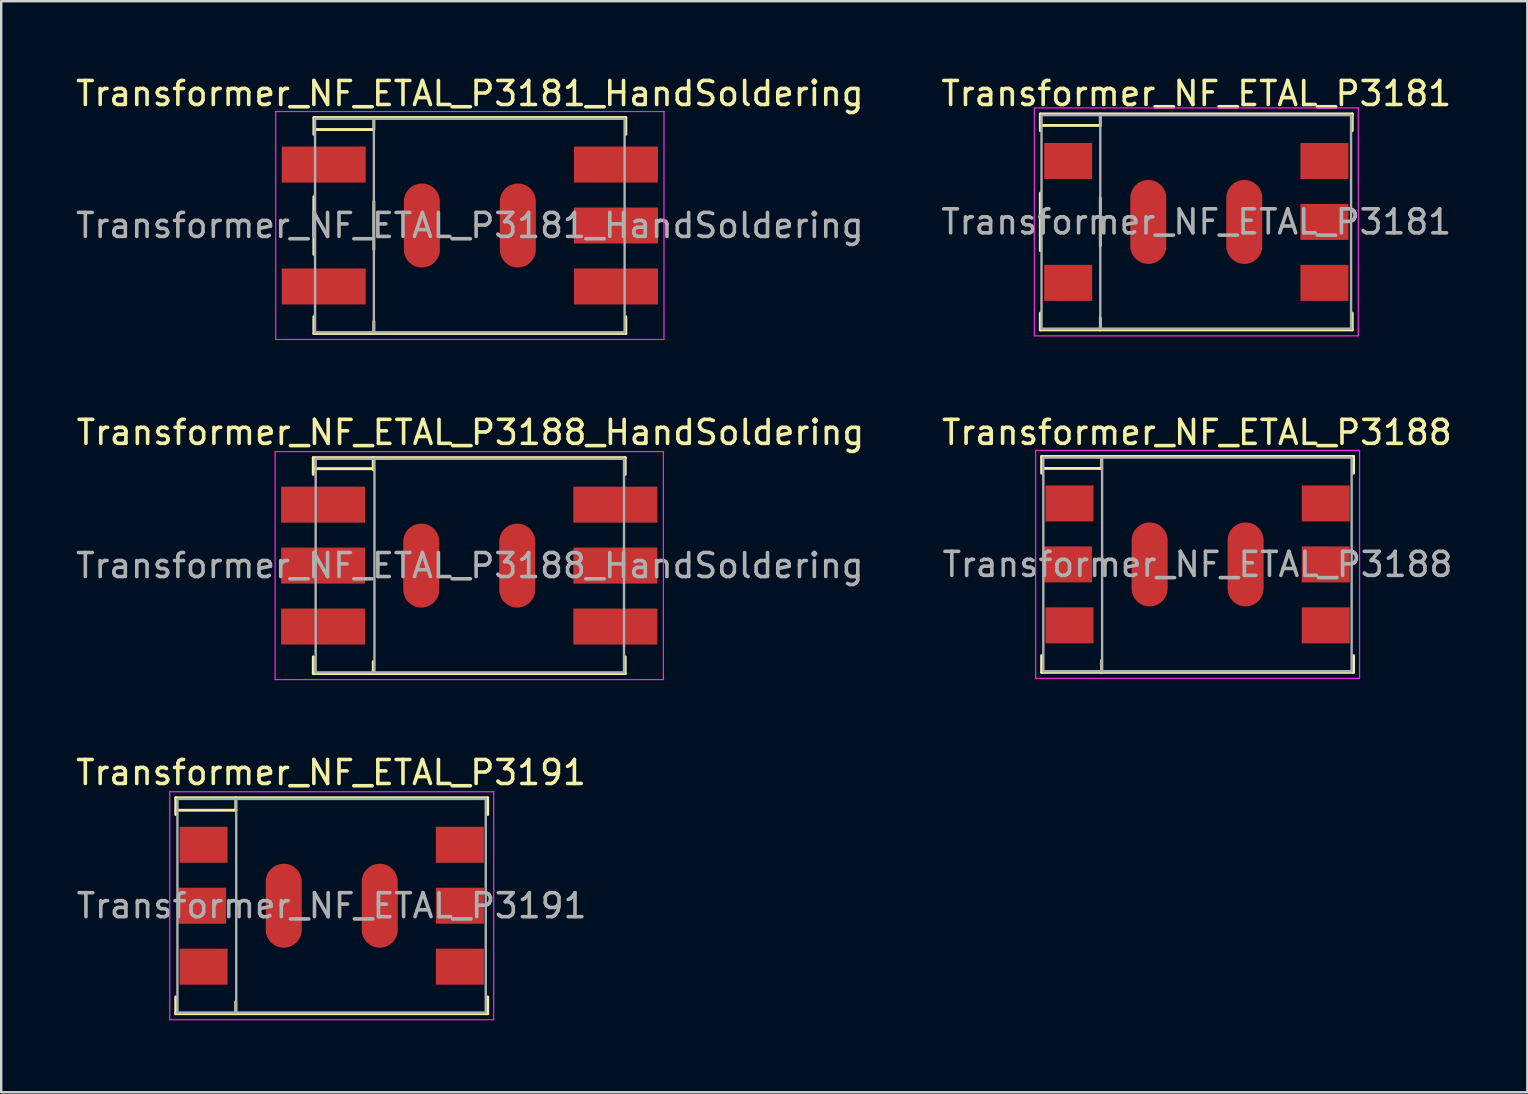
<source format=kicad_pcb>
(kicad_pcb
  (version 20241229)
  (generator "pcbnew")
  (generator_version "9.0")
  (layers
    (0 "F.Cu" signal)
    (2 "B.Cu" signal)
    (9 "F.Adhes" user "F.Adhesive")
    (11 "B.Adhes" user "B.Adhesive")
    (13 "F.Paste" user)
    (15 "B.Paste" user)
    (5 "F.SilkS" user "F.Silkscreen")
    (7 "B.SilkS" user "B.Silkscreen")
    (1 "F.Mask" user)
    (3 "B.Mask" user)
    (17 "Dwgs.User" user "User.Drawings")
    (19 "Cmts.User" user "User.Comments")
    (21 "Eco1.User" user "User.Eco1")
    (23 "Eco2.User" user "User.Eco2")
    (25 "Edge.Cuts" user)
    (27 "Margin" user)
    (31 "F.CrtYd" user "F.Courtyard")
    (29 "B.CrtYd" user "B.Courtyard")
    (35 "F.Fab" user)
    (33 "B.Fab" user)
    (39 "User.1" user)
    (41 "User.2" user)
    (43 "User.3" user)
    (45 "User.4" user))
  (footprint "Transformer_NF_ETAL_P3188_HandSoldering"
    (layer "F.Cu")
    (at 16.505 20.521)
    (property "Reference" "Transformer_NF_ETAL_P3188_HandSoldering" (at 0.05 -5.55 0) (layer "F.SilkS") (effects (font (size 1 1) (thickness 0.15))))
    (attr smd)
    (fp_line (start -6.5 -4.5) (end -6.5 -3.8) (stroke (width 0.12) (type solid)) (layer "F.SilkS"))
    (fp_line (start -6.5 3.8) (end -6.5 4.5) (stroke (width 0.12) (type solid)) (layer "F.SilkS"))
    (fp_line (start -6.5 4.5) (end 6.5 4.5) (stroke (width 0.12) (type solid)) (layer "F.SilkS"))
    (fp_line (start -4 -4.5) (end -4 -4) (stroke (width 0.12) (type solid)) (layer "F.SilkS"))
    (fp_line (start -4 -4.04) (end -6.44 -4.04) (stroke (width 0.12) (type solid)) (layer "F.SilkS"))
    (fp_line (start -4 4.5) (end -4 4) (stroke (width 0.12) (type solid)) (layer "F.SilkS"))
    (fp_line (start 6.5 -4.5) (end -6.5 -4.5) (stroke (width 0.12) (type solid)) (layer "F.SilkS"))
    (fp_line (start 6.5 -4.5) (end 6.5 -3.8) (stroke (width 0.12) (type solid)) (layer "F.SilkS"))
    (fp_line (start 6.5 3.8) (end 6.5 4.5) (stroke (width 0.12) (type solid)) (layer "F.SilkS"))
    (fp_line (start -8.09 -4.75) (end -8.09 4.75) (stroke (width 0.05) (type solid)) (layer "F.CrtYd"))
    (fp_line (start -8.09 -4.75) (end 8.09 -4.75) (stroke (width 0.05) (type solid)) (layer "F.CrtYd"))
    (fp_line (start 8.09 4.75) (end -8.09 4.75) (stroke (width 0.05) (type solid)) (layer "F.CrtYd"))
    (fp_line (start 8.09 4.75) (end 8.09 -4.75) (stroke (width 0.05) (type solid)) (layer "F.CrtYd"))
    (fp_line (start -6.4 -4.45) (end 6.45 -4.45) (stroke (width 0.1) (type solid)) (layer "F.Fab"))
    (fp_line (start -6.4 4.45) (end -6.4 -4.45) (stroke (width 0.1) (type solid)) (layer "F.Fab"))
    (fp_line (start -3.95 -4.45) (end -3.95 4.45) (stroke (width 0.1) (type solid)) (layer "F.Fab"))
    (fp_line (start 6.45 -4.45) (end 6.45 4.45) (stroke (width 0.1) (type solid)) (layer "F.Fab"))
    (fp_line (start 6.45 4.45) (end -6.4 4.45) (stroke (width 0.1) (type solid)) (layer "F.Fab"))
    (fp_text user "${REFERENCE}" (at 0.025 0 0) (layer "F.Fab") (effects (font (size 1 1) (thickness 0.15))))
    (pad "1" smd rect (at -6.09 -2.54) (size 3.5 1.5) (layers "F.Cu" "F.Mask" "F.Paste"))
    (pad "2" smd rect (at -6.09 0) (size 3.5 1.5) (layers "F.Cu" "F.Mask" "F.Paste"))
    (pad "2" smd rect (at -6.09 2.54) (size 3.5 1.5) (layers "F.Cu" "F.Mask" "F.Paste"))
    (pad "3" smd rect (at 6.09 2.54) (size 3.5 1.5) (layers "F.Cu" "F.Mask" "F.Paste"))
    (pad "4" smd rect (at 6.09 0) (size 3.5 1.5) (layers "F.Cu" "F.Mask" "F.Paste"))
    (pad "5" smd rect (at 6.09 -2.54) (size 3.5 1.5) (layers "F.Cu" "F.Mask" "F.Paste"))
    (pad "7" smd oval (at -2 0 90) (size 3.5 1.5) (layers "F.Cu" "F.Mask" "F.Paste"))
    (pad "7" smd oval (at 2 0 90) (size 3.5 1.5) (layers "F.Cu" "F.Mask" "F.Paste")))
  (footprint "Transformer_NF_ETAL_P3181_HandSoldering"
    (layer "F.Cu")
    (at 16.53 6.348)
    (property "Reference" "Transformer_NF_ETAL_P3181_HandSoldering" (at 0 -5.5 0) (layer "F.SilkS") (effects (font (size 1 1) (thickness 0.15))))
    (attr smd)
    (fp_line (start -6.5 -4.5) (end -6.5 -3.8) (stroke (width 0.12) (type solid)) (layer "F.SilkS"))
    (fp_line (start -6.5 -1.2) (end -6.5 1.2) (stroke (width 0.12) (type solid)) (layer "F.SilkS"))
    (fp_line (start -6.5 3.8) (end -6.5 4.5) (stroke (width 0.12) (type solid)) (layer "F.SilkS"))
    (fp_line (start -6.5 4.5) (end 6.5 4.5) (stroke (width 0.12) (type solid)) (layer "F.SilkS"))
    (fp_line (start -4.02 -4) (end -6.42 -4) (stroke (width 0.12) (type solid)) (layer "F.SilkS"))
    (fp_line (start -4 -4.5) (end -4 -4) (stroke (width 0.12) (type solid)) (layer "F.SilkS"))
    (fp_line (start -4 -1) (end -4 1) (stroke (width 0.12) (type solid)) (layer "F.SilkS"))
    (fp_line (start -4 4.5) (end -4 4) (stroke (width 0.12) (type solid)) (layer "F.SilkS"))
    (fp_line (start 6.5 -4.5) (end -6.5 -4.5) (stroke (width 0.12) (type solid)) (layer "F.SilkS"))
    (fp_line (start 6.5 -4.5) (end 6.5 -3.8) (stroke (width 0.12) (type solid)) (layer "F.SilkS"))
    (fp_line (start 6.5 3.8) (end 6.5 4.5) (stroke (width 0.12) (type solid)) (layer "F.SilkS"))
    (fp_line (start -8.09 -4.75) (end -8.09 4.75) (stroke (width 0.05) (type solid)) (layer "F.CrtYd"))
    (fp_line (start -8.09 -4.75) (end 8.09 -4.75) (stroke (width 0.05) (type solid)) (layer "F.CrtYd"))
    (fp_line (start 8.09 4.75) (end -8.09 4.75) (stroke (width 0.05) (type solid)) (layer "F.CrtYd"))
    (fp_line (start 8.09 4.75) (end 8.09 -4.75) (stroke (width 0.05) (type solid)) (layer "F.CrtYd"))
    (fp_line (start -6.45 -4.45) (end -6.45 4.45) (stroke (width 0.1) (type solid)) (layer "F.Fab"))
    (fp_line (start -6.45 4.45) (end 6.45 4.45) (stroke (width 0.1) (type solid)) (layer "F.Fab"))
    (fp_line (start -4 -4.45) (end -4 4.45) (stroke (width 0.1) (type solid)) (layer "F.Fab"))
    (fp_line (start 6.45 -4.45) (end -6.45 -4.45) (stroke (width 0.1) (type solid)) (layer "F.Fab"))
    (fp_line (start 6.45 4.45) (end 6.45 -4.45) (stroke (width 0.1) (type solid)) (layer "F.Fab"))
    (fp_text user "${REFERENCE}" (at 0 0 0) (layer "F.Fab") (effects (font (size 1 1) (thickness 0.15))))
    (pad "1" smd rect (at -6.09 -2.54) (size 3.5 1.5) (layers "F.Cu" "F.Mask" "F.Paste"))
    (pad "2" smd rect (at -6.09 2.54) (size 3.5 1.5) (layers "F.Cu" "F.Mask" "F.Paste"))
    (pad "3" smd rect (at 6.09 2.54) (size 3.5 1.5) (layers "F.Cu" "F.Mask" "F.Paste"))
    (pad "4" smd rect (at 6.09 0) (size 3.5 1.5) (layers "F.Cu" "F.Mask" "F.Paste"))
    (pad "5" smd rect (at 6.09 -2.54) (size 3.5 1.5) (layers "F.Cu" "F.Mask" "F.Paste"))
    (pad "7" smd oval (at -2 0 90) (size 3.5 1.5) (layers "F.Cu" "F.Mask" "F.Paste"))
    (pad "7" smd oval (at 2 0 90) (size 3.5 1.5) (layers "F.Cu" "F.Mask" "F.Paste")))
  (footprint "Transformer_NF_ETAL_P3188"
    (layer "F.Cu")
    (at 46.829 20.471)
    (property "Reference" "Transformer_NF_ETAL_P3188" (at 0 -5.5 0) (layer "F.SilkS") (effects (font (size 1 1) (thickness 0.15))))
    (attr smd)
    (fp_line (start -6.47 -4.5) (end -6.47 -3.8) (stroke (width 0.12) (type solid)) (layer "F.SilkS"))
    (fp_line (start -6.47 3.8) (end -6.47 4.5) (stroke (width 0.12) (type solid)) (layer "F.SilkS"))
    (fp_line (start -6.47 4.5) (end 6.53 4.5) (stroke (width 0.12) (type solid)) (layer "F.SilkS"))
    (fp_line (start -3.97 -4.5) (end -3.97 -4) (stroke (width 0.12) (type solid)) (layer "F.SilkS"))
    (fp_line (start -3.97 4.5) (end -3.97 4) (stroke (width 0.12) (type solid)) (layer "F.SilkS"))
    (fp_line (start -3.96 -4) (end -6.39 -4) (stroke (width 0.12) (type solid)) (layer "F.SilkS"))
    (fp_line (start 6.53 -4.5) (end -6.47 -4.5) (stroke (width 0.12) (type solid)) (layer "F.SilkS"))
    (fp_line (start 6.53 -4.5) (end 6.53 -3.8) (stroke (width 0.12) (type solid)) (layer "F.SilkS"))
    (fp_line (start 6.53 3.8) (end 6.53 4.5) (stroke (width 0.12) (type solid)) (layer "F.SilkS"))
    (fp_line (start -6.72 -4.75) (end -6.72 4.75) (stroke (width 0.05) (type solid)) (layer "F.CrtYd"))
    (fp_line (start -6.72 -4.75) (end 6.78 -4.75) (stroke (width 0.05) (type solid)) (layer "F.CrtYd"))
    (fp_line (start 6.78 4.75) (end -6.72 4.75) (stroke (width 0.05) (type solid)) (layer "F.CrtYd"))
    (fp_line (start 6.78 4.75) (end 6.78 -4.75) (stroke (width 0.05) (type solid)) (layer "F.CrtYd"))
    (fp_line (start -6.4 -4.45) (end 6.45 -4.45) (stroke (width 0.1) (type solid)) (layer "F.Fab"))
    (fp_line (start -6.4 4.45) (end -6.4 -4.45) (stroke (width 0.1) (type solid)) (layer "F.Fab"))
    (fp_line (start -3.95 -4.45) (end -3.95 4.45) (stroke (width 0.1) (type solid)) (layer "F.Fab"))
    (fp_line (start 6.45 -4.45) (end 6.45 4.45) (stroke (width 0.1) (type solid)) (layer "F.Fab"))
    (fp_line (start 6.45 4.45) (end -6.4 4.45) (stroke (width 0.1) (type solid)) (layer "F.Fab"))
    (fp_text user "${REFERENCE}" (at 0.025 0 0) (layer "F.Fab") (effects (font (size 1 1) (thickness 0.15))))
    (pad "1" smd rect (at -5.31 -2.54) (size 2 1.5) (layers "F.Cu" "F.Mask" "F.Paste"))
    (pad "2" smd rect (at -5.37 0) (size 2 1.5) (layers "F.Cu" "F.Mask" "F.Paste"))
    (pad "2" smd rect (at -5.31 2.54) (size 2 1.5) (layers "F.Cu" "F.Mask" "F.Paste"))
    (pad "3" smd rect (at 5.37 2.54) (size 2 1.5) (layers "F.Cu" "F.Mask" "F.Paste"))
    (pad "4" smd rect (at 5.37 0) (size 2 1.5) (layers "F.Cu" "F.Mask" "F.Paste"))
    (pad "5" smd rect (at 5.37 -2.54) (size 2 1.5) (layers "F.Cu" "F.Mask" "F.Paste"))
    (pad "7" smd oval (at -1.97 0 90) (size 3.5 1.5) (layers "F.Cu" "F.Mask" "F.Paste"))
    (pad "7" smd oval (at 2.03 0 90) (size 3.5 1.5) (layers "F.Cu" "F.Mask" "F.Paste")))
  (footprint "Transformer_NF_ETAL_P3181"
    (layer "F.Cu")
    (at 46.804 6.198)
    (property "Reference" "Transformer_NF_ETAL_P3181" (at 0 -5.35 0) (layer "F.SilkS") (effects (font (size 1 1) (thickness 0.15))))
    (attr smd)
    (fp_line (start -6.5 -4.5) (end -6.5 -3.8) (stroke (width 0.12) (type solid)) (layer "F.SilkS"))
    (fp_line (start -6.5 -1.2) (end -6.5 1.2) (stroke (width 0.12) (type solid)) (layer "F.SilkS"))
    (fp_line (start -6.5 3.8) (end -6.5 4.5) (stroke (width 0.12) (type solid)) (layer "F.SilkS"))
    (fp_line (start -6.5 4.5) (end 6.5 4.5) (stroke (width 0.12) (type solid)) (layer "F.SilkS"))
    (fp_line (start -4.02 -4.02) (end -6.46 -4.02) (stroke (width 0.12) (type solid)) (layer "F.SilkS"))
    (fp_line (start -4 -4.5) (end -4 -4) (stroke (width 0.12) (type solid)) (layer "F.SilkS"))
    (fp_line (start -4 -1) (end -4 1) (stroke (width 0.12) (type solid)) (layer "F.SilkS"))
    (fp_line (start -4 4.5) (end -4 4) (stroke (width 0.12) (type solid)) (layer "F.SilkS"))
    (fp_line (start 6.5 -4.5) (end -6.5 -4.5) (stroke (width 0.12) (type solid)) (layer "F.SilkS"))
    (fp_line (start 6.5 -4.5) (end 6.5 -3.8) (stroke (width 0.12) (type solid)) (layer "F.SilkS"))
    (fp_line (start 6.5 3.8) (end 6.5 4.5) (stroke (width 0.12) (type solid)) (layer "F.SilkS"))
    (fp_line (start -6.75 -4.75) (end -6.75 4.75) (stroke (width 0.05) (type solid)) (layer "F.CrtYd"))
    (fp_line (start -6.75 -4.75) (end 6.75 -4.75) (stroke (width 0.05) (type solid)) (layer "F.CrtYd"))
    (fp_line (start 6.75 4.75) (end -6.75 4.75) (stroke (width 0.05) (type solid)) (layer "F.CrtYd"))
    (fp_line (start 6.75 4.75) (end 6.75 -4.75) (stroke (width 0.05) (type solid)) (layer "F.CrtYd"))
    (fp_line (start -6.45 -4.45) (end -6.45 4.45) (stroke (width 0.1) (type solid)) (layer "F.Fab"))
    (fp_line (start -6.45 4.45) (end 6.45 4.45) (stroke (width 0.1) (type solid)) (layer "F.Fab"))
    (fp_line (start -4 -4.45) (end -4 4.45) (stroke (width 0.1) (type solid)) (layer "F.Fab"))
    (fp_line (start 6.45 -4.45) (end -6.45 -4.45) (stroke (width 0.1) (type solid)) (layer "F.Fab"))
    (fp_line (start 6.45 4.45) (end 6.45 -4.45) (stroke (width 0.1) (type solid)) (layer "F.Fab"))
    (fp_text user "${REFERENCE}" (at 0 0 0) (layer "F.Fab") (effects (font (size 1 1) (thickness 0.15))))
    (pad "1" smd rect (at -5.34 -2.54) (size 2 1.5) (layers "F.Cu" "F.Mask" "F.Paste"))
    (pad "2" smd rect (at -5.34 2.54) (size 2 1.5) (layers "F.Cu" "F.Mask" "F.Paste"))
    (pad "3" smd rect (at 5.34 2.54) (size 2 1.5) (layers "F.Cu" "F.Mask" "F.Paste"))
    (pad "4" smd rect (at 5.34 0) (size 2 1.5) (layers "F.Cu" "F.Mask" "F.Paste"))
    (pad "5" smd rect (at 5.34 -2.54) (size 2 1.5) (layers "F.Cu" "F.Mask" "F.Paste"))
    (pad "7" smd oval (at -2 0 90) (size 3.5 1.5) (layers "F.Cu" "F.Mask" "F.Paste"))
    (pad "7" smd oval (at 2 0 90) (size 3.5 1.5) (layers "F.Cu" "F.Mask" "F.Paste")))
  (footprint "Transformer_NF_ETAL_P3191"
    (layer "F.Cu")
    (at 10.744 34.695)
    (property "Reference" "Transformer_NF_ETAL_P3191" (at 0 -5.55 0) (layer "F.SilkS") (effects (font (size 1 1) (thickness 0.15))))
    (attr smd)
    (fp_line (start -6.47 -4.5) (end -6.47 -3.8) (stroke (width 0.12) (type solid)) (layer "F.SilkS"))
    (fp_line (start -6.47 3.8) (end -6.47 4.5) (stroke (width 0.12) (type solid)) (layer "F.SilkS"))
    (fp_line (start -6.47 4.5) (end 6.53 4.5) (stroke (width 0.12) (type solid)) (layer "F.SilkS"))
    (fp_line (start -3.97 -4.5) (end -3.97 -4) (stroke (width 0.12) (type solid)) (layer "F.SilkS"))
    (fp_line (start -3.97 4.5) (end -3.97 4) (stroke (width 0.12) (type solid)) (layer "F.SilkS"))
    (fp_line (start -3.96 -3.98) (end -6.39 -3.98) (stroke (width 0.12) (type solid)) (layer "F.SilkS"))
    (fp_line (start 6.53 -4.5) (end -6.47 -4.5) (stroke (width 0.12) (type solid)) (layer "F.SilkS"))
    (fp_line (start 6.53 -4.5) (end 6.53 -3.8) (stroke (width 0.12) (type solid)) (layer "F.SilkS"))
    (fp_line (start 6.53 3.8) (end 6.53 4.5) (stroke (width 0.12) (type solid)) (layer "F.SilkS"))
    (fp_line (start -6.72 -4.75) (end -6.72 4.75) (stroke (width 0.05) (type solid)) (layer "F.CrtYd"))
    (fp_line (start -6.72 -4.75) (end 6.78 -4.75) (stroke (width 0.05) (type solid)) (layer "F.CrtYd"))
    (fp_line (start 6.78 4.75) (end -6.72 4.75) (stroke (width 0.05) (type solid)) (layer "F.CrtYd"))
    (fp_line (start 6.78 4.75) (end 6.78 -4.75) (stroke (width 0.05) (type solid)) (layer "F.CrtYd"))
    (fp_line (start -6.4 -4.45) (end -6.4 4.45) (stroke (width 0.1) (type solid)) (layer "F.Fab"))
    (fp_line (start -6.4 4.45) (end 6.45 4.45) (stroke (width 0.1) (type solid)) (layer "F.Fab"))
    (fp_line (start -3.95 -4.45) (end -3.95 4.45) (stroke (width 0.1) (type solid)) (layer "F.Fab"))
    (fp_line (start 6.45 -4.45) (end -6.4 -4.45) (stroke (width 0.1) (type solid)) (layer "F.Fab"))
    (fp_line (start 6.45 4.45) (end 6.45 -4.45) (stroke (width 0.1) (type solid)) (layer "F.Fab"))
    (fp_text user "${REFERENCE}" (at 0.025 0 0) (layer "F.Fab") (effects (font (size 1 1) (thickness 0.15))))
    (pad "1" smd rect (at -5.31 -2.54) (size 2 1.5) (layers "F.Cu" "F.Mask" "F.Paste"))
    (pad "2" smd rect (at -5.37 0) (size 2 1.5) (layers "F.Cu" "F.Mask" "F.Paste"))
    (pad "2" smd rect (at -5.31 2.54) (size 2 1.5) (layers "F.Cu" "F.Mask" "F.Paste"))
    (pad "3" smd rect (at 5.37 2.54) (size 2 1.5) (layers "F.Cu" "F.Mask" "F.Paste"))
    (pad "4" smd rect (at 5.37 0) (size 2 1.5) (layers "F.Cu" "F.Mask" "F.Paste"))
    (pad "5" smd rect (at 5.37 -2.54) (size 2 1.5) (layers "F.Cu" "F.Mask" "F.Paste"))
    (pad "7" smd oval (at -1.97 0 90) (size 3.5 1.5) (layers "F.Cu" "F.Mask" "F.Paste"))
    (pad "7" smd oval (at 2.03 0 90) (size 3.5 1.5) (layers "F.Cu" "F.Mask" "F.Paste")))
  (gr_rect
    (start -3 -3)
    (end 60.598 42.47)
    (stroke (width 0.1) (type default))
    (fill no)
    (layer "Edge.Cuts")))
</source>
